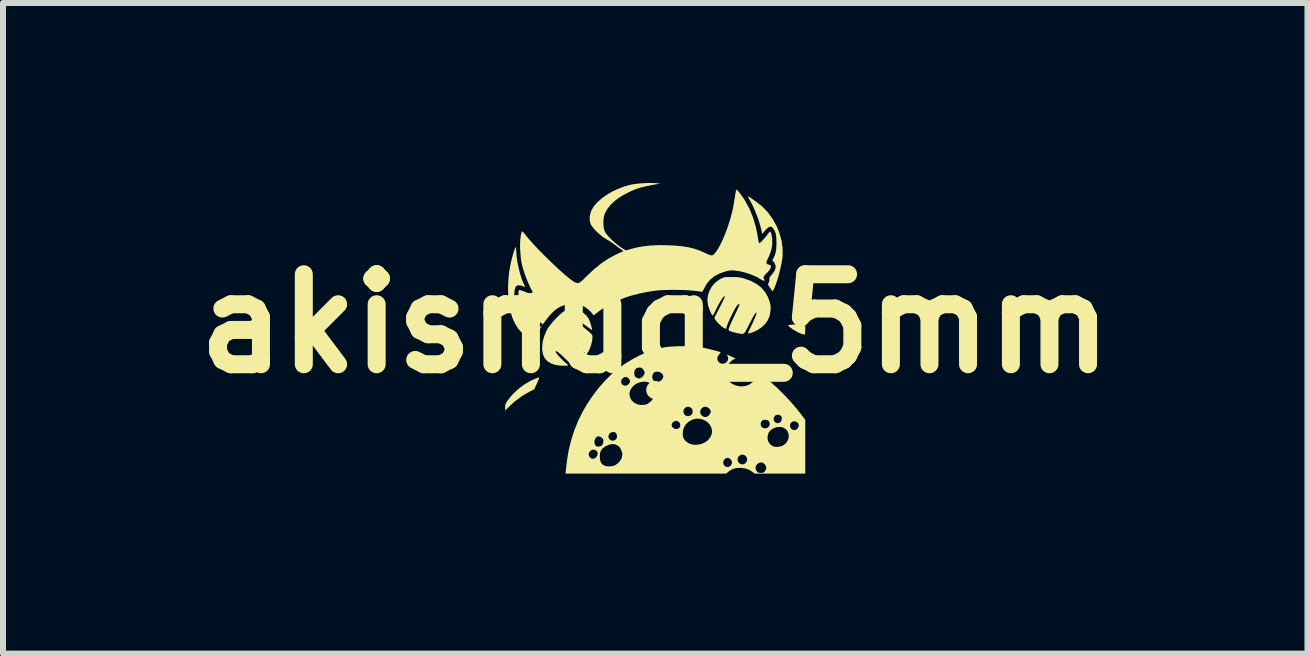
<source format=kicad_pcb>
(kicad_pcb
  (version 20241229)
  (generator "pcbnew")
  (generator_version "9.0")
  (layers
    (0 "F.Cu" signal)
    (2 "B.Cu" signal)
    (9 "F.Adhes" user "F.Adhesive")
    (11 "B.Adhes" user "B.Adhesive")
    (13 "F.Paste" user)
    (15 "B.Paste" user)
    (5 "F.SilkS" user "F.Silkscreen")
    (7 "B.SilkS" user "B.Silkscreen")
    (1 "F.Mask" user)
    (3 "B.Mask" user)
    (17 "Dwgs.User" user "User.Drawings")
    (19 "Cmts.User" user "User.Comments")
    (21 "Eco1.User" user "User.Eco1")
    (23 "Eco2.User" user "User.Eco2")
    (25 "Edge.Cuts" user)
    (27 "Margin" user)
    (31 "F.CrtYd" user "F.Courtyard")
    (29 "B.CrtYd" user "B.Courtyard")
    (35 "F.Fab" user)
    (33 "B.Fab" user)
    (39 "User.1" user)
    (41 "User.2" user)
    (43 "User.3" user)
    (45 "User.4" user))
  (footprint "akisnug_5mm"
    (layer "F.Cu")
    (at 7.871 2.343)
    (property "Reference" "akisnug_5mm" (at 0 0 0) (layer "F.SilkS") (effects (font (size 1.5 1.5) (thickness 0.3))))
    (attr board_only exclude_from_pos_files exclude_from_bom)
    (fp_poly (pts (xy -1.9 0.056) (xy -1.913 0.08) (xy -1.922 0.088) (xy -1.925 0.079) (xy -1.919 0.066) (xy -1.905 0.048) (xy -1.905 0.047) (xy -1.884 0.024)) (stroke (width 0) (type solid)) (fill yes) (layer "F.SilkS"))
    (fp_poly (pts (xy 2.501 0.096) (xy 2.5 0.135) (xy 2.498 0.165) (xy 2.495 0.182) (xy 2.494 0.185) (xy 2.481 0.182) (xy 2.455 0.175) (xy 2.434 0.17) (xy 2.4 0.157) (xy 2.356 0.134) (xy 2.308 0.105) (xy 2.294 0.096) (xy 2.256 0.069) (xy 2.232 0.051) (xy 2.22 0.04) (xy 2.218 0.033) (xy 2.225 0.028) (xy 2.229 0.026) (xy 2.247 0.022) (xy 2.28 0.019) (xy 2.324 0.015) (xy 2.373 0.012) (xy 2.376 0.012) (xy 2.501 0.007)) (stroke (width 0) (type solid)) (fill yes) (layer "F.SilkS"))
    (fp_poly (pts (xy -1.934 0.907) (xy -1.942 0.929) (xy -1.956 0.962) (xy -1.971 0.997) (xy -2.017 1.096) (xy -2.085 1.13) (xy -2.223 1.21) (xy -2.35 1.306) (xy -2.409 1.36) (xy -2.501 1.449) (xy -2.501 1.395) (xy -2.5 1.367) (xy -2.495 1.344) (xy -2.484 1.32) (xy -2.464 1.289) (xy -2.453 1.274) (xy -2.381 1.185) (xy -2.294 1.101) (xy -2.197 1.026) (xy -2.095 0.964) (xy -2.083 0.958) (xy -2.044 0.939) (xy -2.004 0.922) (xy -1.968 0.908) (xy -1.942 0.9) (xy -1.934 0.899)) (stroke (width 0) (type solid)) (fill yes) (layer "F.SilkS"))
    (fp_poly (pts (xy 1.557 -2.114) (xy 1.58 -2.102) (xy 1.611 -2.081) (xy 1.648 -2.055) (xy 1.689 -2.026) (xy 1.728 -1.996) (xy 1.765 -1.967) (xy 1.795 -1.941) (xy 1.796 -1.94) (xy 1.884 -1.846) (xy 1.96 -1.74) (xy 2.023 -1.626) (xy 2.072 -1.505) (xy 2.106 -1.381) (xy 2.123 -1.257) (xy 2.124 -1.135) (xy 2.121 -1.099) (xy 2.111 -1.034) (xy 2.096 -0.96) (xy 2.078 -0.881) (xy 2.057 -0.801) (xy 2.035 -0.725) (xy 2.012 -0.657) (xy 1.99 -0.601) (xy 1.975 -0.569) (xy 1.958 -0.536) (xy 1.924 -0.583) (xy 1.9 -0.616) (xy 1.886 -0.638) (xy 1.881 -0.652) (xy 1.882 -0.664) (xy 1.89 -0.677) (xy 1.891 -0.678) (xy 1.902 -0.707) (xy 1.904 -0.736) (xy 1.904 -0.757) (xy 1.912 -0.776) (xy 1.929 -0.8) (xy 1.947 -0.82) (xy 1.986 -0.873) (xy 2.005 -0.922) (xy 2.006 -0.969) (xy 1.988 -1.012) (xy 1.972 -1.032) (xy 1.952 -1.053) (xy 1.972 -1.091) (xy 1.995 -1.142) (xy 2.01 -1.194) (xy 2.018 -1.251) (xy 2.021 -1.318) (xy 2.021 -1.366) (xy 2.019 -1.42) (xy 2.016 -1.458) (xy 2.012 -1.487) (xy 2.005 -1.511) (xy 1.995 -1.535) (xy 1.991 -1.544) (xy 1.967 -1.586) (xy 1.943 -1.61) (xy 1.918 -1.616) (xy 1.889 -1.605) (xy 1.855 -1.576) (xy 1.825 -1.544) (xy 1.783 -1.495) (xy 1.767 -1.572) (xy 1.75 -1.637) (xy 1.727 -1.712) (xy 1.699 -1.79) (xy 1.668 -1.869) (xy 1.636 -1.943) (xy 1.604 -2.009) (xy 1.574 -2.063) (xy 1.561 -2.084) (xy 1.549 -2.104) (xy 1.546 -2.116) (xy 1.547 -2.117)) (stroke (width 0) (type solid)) (fill yes) (layer "F.SilkS"))
    (fp_poly (pts (xy -2.321 -1.264) (xy -2.318 -1.238) (xy -2.316 -1.205) (xy -2.316 -1.204) (xy -2.31 -1.116) (xy -2.295 -1.018) (xy -2.274 -0.917) (xy -2.248 -0.818) (xy -2.219 -0.728) (xy -2.197 -0.675) (xy -2.183 -0.644) (xy -2.173 -0.62) (xy -2.169 -0.61) (xy -2.169 -0.61) (xy -2.177 -0.611) (xy -2.197 -0.619) (xy -2.21 -0.624) (xy -2.25 -0.636) (xy -2.286 -0.637) (xy -2.314 -0.627) (xy -2.325 -0.615) (xy -2.333 -0.595) (xy -2.341 -0.565) (xy -2.345 -0.548) (xy -2.35 -0.481) (xy -2.336 -0.415) (xy -2.304 -0.351) (xy -2.254 -0.291) (xy -2.188 -0.235) (xy -2.18 -0.23) (xy -2.147 -0.207) (xy -2.127 -0.192) (xy -2.119 -0.181) (xy -2.12 -0.173) (xy -2.128 -0.163) (xy -2.129 -0.162) (xy -2.155 -0.122) (xy -2.164 -0.082) (xy -2.155 -0.043) (xy -2.129 -0.008) (xy -2.089 0.021) (xy -2.039 0.041) (xy -2.011 0.049) (xy -1.998 0.058) (xy -1.993 0.073) (xy -1.993 0.087) (xy -1.987 0.12) (xy -1.974 0.141) (xy -1.964 0.153) (xy -1.96 0.166) (xy -1.962 0.184) (xy -1.971 0.214) (xy -1.972 0.217) (xy -1.981 0.247) (xy -1.989 0.267) (xy -1.993 0.273) (xy -2.004 0.27) (xy -2.028 0.262) (xy -2.061 0.251) (xy -2.062 0.25) (xy -2.146 0.211) (xy -2.219 0.157) (xy -2.284 0.085) (xy -2.339 -0.003) (xy -2.385 -0.108) (xy -2.385 -0.109) (xy -2.414 -0.21) (xy -2.436 -0.325) (xy -2.448 -0.45) (xy -2.453 -0.583) (xy -2.448 -0.719) (xy -2.435 -0.854) (xy -2.412 -0.986) (xy -2.408 -1.006) (xy -2.397 -1.052) (xy -2.384 -1.102) (xy -2.37 -1.151) (xy -2.357 -1.196) (xy -2.344 -1.234) (xy -2.334 -1.261) (xy -2.327 -1.274) (xy -2.325 -1.275)) (stroke (width 0) (type solid)) (fill yes) (layer "F.SilkS"))
    (fp_poly (pts (xy -1.304 -0.224) (xy -1.258 -0.212) (xy -1.249 -0.209) (xy -1.193 -0.175) (xy -1.144 -0.13) (xy -1.109 -0.081) (xy -1.107 -0.076) (xy -1.095 -0.05) (xy -1.083 -0.015) (xy -1.071 0.022) (xy -1.061 0.057) (xy -1.054 0.086) (xy -1.052 0.104) (xy -1.053 0.107) (xy -1.063 0.102) (xy -1.085 0.087) (xy -1.117 0.064) (xy -1.154 0.037) (xy -1.158 0.034) (xy -1.196 0.006) (xy -1.229 -0.017) (xy -1.254 -0.033) (xy -1.268 -0.039) (xy -1.268 -0.039) (xy -1.279 -0.034) (xy -1.275 -0.019) (xy -1.257 0.005) (xy -1.225 0.035) (xy -1.211 0.047) (xy -1.158 0.092) (xy -1.117 0.126) (xy -1.087 0.152) (xy -1.067 0.171) (xy -1.055 0.185) (xy -1.048 0.196) (xy -1.046 0.207) (xy -1.045 0.218) (xy -1.046 0.228) (xy -1.051 0.288) (xy -1.068 0.356) (xy -1.092 0.424) (xy -1.121 0.479) (xy -1.162 0.536) (xy -1.212 0.588) (xy -1.264 0.632) (xy -1.31 0.659) (xy -1.352 0.676) (xy -1.384 0.683) (xy -1.404 0.681) (xy -1.408 0.676) (xy -1.416 0.666) (xy -1.436 0.646) (xy -1.465 0.618) (xy -1.5 0.584) (xy -1.521 0.563) (xy -1.571 0.517) (xy -1.609 0.485) (xy -1.636 0.466) (xy -1.652 0.459) (xy -1.66 0.465) (xy -1.661 0.471) (xy -1.654 0.485) (xy -1.636 0.508) (xy -1.611 0.538) (xy -1.58 0.571) (xy -1.548 0.604) (xy -1.518 0.634) (xy -1.492 0.656) (xy -1.489 0.659) (xy -1.467 0.677) (xy -1.454 0.692) (xy -1.453 0.697) (xy -1.467 0.701) (xy -1.495 0.703) (xy -1.533 0.703) (xy -1.576 0.701) (xy -1.617 0.697) (xy -1.653 0.691) (xy -1.67 0.688) (xy -1.744 0.661) (xy -1.802 0.623) (xy -1.844 0.574) (xy -1.871 0.512) (xy -1.884 0.438) (xy -1.885 0.4) (xy -1.876 0.306) (xy -1.857 0.234) (xy -1.46 0.234) (xy -1.459 0.244) (xy -1.446 0.264) (xy -1.444 0.266) (xy -1.43 0.283) (xy -1.405 0.311) (xy -1.372 0.347) (xy -1.333 0.387) (xy -1.301 0.42) (xy -1.257 0.464) (xy -1.225 0.495) (xy -1.203 0.515) (xy -1.188 0.526) (xy -1.179 0.529) (xy -1.174 0.525) (xy -1.173 0.523) (xy -1.17 0.5) (xy -1.173 0.488) (xy -1.182 0.477) (xy -1.203 0.455) (xy -1.233 0.423) (xy -1.27 0.386) (xy -1.308 0.348) (xy -1.357 0.299) (xy -1.395 0.264) (xy -1.422 0.242) (xy -1.44 0.23) (xy -1.451 0.228) (xy -1.46 0.234) (xy -1.857 0.234) (xy -1.85 0.209) (xy -1.808 0.112) (xy -1.797 0.092) (xy -1.771 0.052) (xy -1.735 0.006) (xy -1.693 -0.043) (xy -1.648 -0.092) (xy -1.602 -0.137) (xy -1.56 -0.175) (xy -1.524 -0.202) (xy -1.509 -0.21) (xy -1.468 -0.223) (xy -1.416 -0.23) (xy -1.359 -0.23)) (stroke (width 0) (type solid)) (fill yes) (layer "F.SilkS"))
    (fp_poly (pts (xy 1.332 -0.775) (xy 1.375 -0.773) (xy 1.411 -0.768) (xy 1.446 -0.761) (xy 1.486 -0.75) (xy 1.489 -0.749) (xy 1.598 -0.709) (xy 1.689 -0.66) (xy 1.765 -0.602) (xy 1.826 -0.533) (xy 1.874 -0.453) (xy 1.901 -0.385) (xy 1.914 -0.34) (xy 1.922 -0.304) (xy 1.924 -0.265) (xy 1.923 -0.225) (xy 1.91 -0.138) (xy 1.88 -0.06) (xy 1.833 0.008) (xy 1.769 0.067) (xy 1.7 0.111) (xy 1.658 0.131) (xy 1.618 0.148) (xy 1.583 0.16) (xy 1.558 0.166) (xy 1.548 0.164) (xy 1.549 0.153) (xy 1.558 0.13) (xy 1.573 0.097) (xy 1.581 0.082) (xy 1.61 0.022) (xy 1.636 -0.035) (xy 1.659 -0.087) (xy 1.676 -0.129) (xy 1.685 -0.158) (xy 1.686 -0.159) (xy 1.689 -0.177) (xy 1.683 -0.182) (xy 1.676 -0.18) (xy 1.667 -0.169) (xy 1.651 -0.144) (xy 1.629 -0.107) (xy 1.604 -0.06) (xy 1.577 -0.007) (xy 1.572 0.001) (xy 1.542 0.062) (xy 1.519 0.107) (xy 1.501 0.139) (xy 1.484 0.159) (xy 1.468 0.17) (xy 1.449 0.173) (xy 1.425 0.171) (xy 1.394 0.165) (xy 1.373 0.161) (xy 1.33 0.151) (xy 1.289 0.14) (xy 1.262 0.131) (xy 1.236 0.12) (xy 1.225 0.11) (xy 1.223 0.095) (xy 1.225 0.087) (xy 1.231 0.07) (xy 1.244 0.038) (xy 1.262 -0.004) (xy 1.286 -0.056) (xy 1.312 -0.112) (xy 1.319 -0.125) (xy 1.345 -0.181) (xy 1.368 -0.23) (xy 1.387 -0.27) (xy 1.4 -0.3) (xy 1.406 -0.315) (xy 1.407 -0.316) (xy 1.399 -0.321) (xy 1.389 -0.322) (xy 1.377 -0.316) (xy 1.36 -0.295) (xy 1.337 -0.259) (xy 1.316 -0.222) (xy 1.289 -0.17) (xy 1.262 -0.115) (xy 1.237 -0.062) (xy 1.216 -0.014) (xy 1.2 0.028) (xy 1.189 0.059) (xy 1.186 0.076) (xy 1.187 0.078) (xy 1.187 0.087) (xy 1.175 0.086) (xy 1.152 0.078) (xy 1.134 0.067) (xy 1.107 0.048) (xy 1.076 0.02) (xy 1.044 -0.012) (xy 1.017 -0.043) (xy 0.998 -0.069) (xy 0.99 -0.084) (xy 0.99 -0.107) (xy 0.996 -0.119) (xy 1.004 -0.132) (xy 1.019 -0.159) (xy 1.038 -0.195) (xy 1.06 -0.239) (xy 1.084 -0.286) (xy 1.107 -0.333) (xy 1.129 -0.376) (xy 1.146 -0.412) (xy 1.158 -0.438) (xy 1.163 -0.45) (xy 1.163 -0.451) (xy 1.156 -0.454) (xy 1.144 -0.45) (xy 1.13 -0.436) (xy 1.11 -0.408) (xy 1.086 -0.369) (xy 1.059 -0.323) (xy 1.032 -0.271) (xy 1.006 -0.219) (xy 0.996 -0.198) (xy 0.98 -0.166) (xy 0.966 -0.143) (xy 0.956 -0.133) (xy 0.955 -0.133) (xy 0.944 -0.147) (xy 0.93 -0.174) (xy 0.914 -0.21) (xy 0.899 -0.249) (xy 0.886 -0.288) (xy 0.879 -0.311) (xy 0.87 -0.39) (xy 0.879 -0.469) (xy 0.905 -0.546) (xy 0.945 -0.617) (xy 0.999 -0.68) (xy 1.065 -0.731) (xy 1.087 -0.743) (xy 1.112 -0.756) (xy 1.133 -0.765) (xy 1.155 -0.771) (xy 1.181 -0.774) (xy 1.217 -0.775) (xy 1.267 -0.775) (xy 1.275 -0.775)) (stroke (width 0) (type solid)) (fill yes) (layer "F.SilkS"))
    (fp_poly (pts (xy -0.023 -2.342) (xy 0.015 -2.34) (xy 0.083 -2.332) (xy -0.049 -2.31) (xy -0.15 -2.29) (xy -0.24 -2.268) (xy -0.323 -2.24) (xy -0.408 -2.205) (xy -0.464 -2.178) (xy -0.572 -2.118) (xy -0.665 -2.052) (xy -0.742 -1.981) (xy -0.801 -1.905) (xy -0.842 -1.827) (xy -0.857 -1.772) (xy -0.864 -1.707) (xy -0.863 -1.64) (xy -0.854 -1.579) (xy -0.841 -1.536) (xy -0.82 -1.501) (xy -0.785 -1.458) (xy -0.74 -1.411) (xy -0.689 -1.363) (xy -0.634 -1.316) (xy -0.579 -1.275) (xy -0.531 -1.244) (xy -0.488 -1.219) (xy -0.398 -1.245) (xy -0.293 -1.271) (xy -0.186 -1.289) (xy -0.073 -1.301) (xy 0.05 -1.307) (xy 0.181 -1.306) (xy 0.321 -1.3) (xy 0.445 -1.289) (xy 0.556 -1.271) (xy 0.657 -1.246) (xy 0.75 -1.213) (xy 0.835 -1.175) (xy 0.871 -1.158) (xy 0.905 -1.145) (xy 0.926 -1.138) (xy 0.947 -1.136) (xy 0.963 -1.141) (xy 0.982 -1.158) (xy 0.992 -1.169) (xy 1.027 -1.214) (xy 1.064 -1.275) (xy 1.102 -1.349) (xy 1.141 -1.434) (xy 1.178 -1.526) (xy 1.213 -1.624) (xy 1.245 -1.722) (xy 1.272 -1.82) (xy 1.285 -1.873) (xy 1.298 -1.933) (xy 1.311 -2.003) (xy 1.322 -2.071) (xy 1.328 -2.108) (xy 1.335 -2.154) (xy 1.342 -2.193) (xy 1.347 -2.221) (xy 1.351 -2.233) (xy 1.351 -2.233) (xy 1.36 -2.23) (xy 1.378 -2.213) (xy 1.402 -2.185) (xy 1.43 -2.148) (xy 1.46 -2.106) (xy 1.489 -2.061) (xy 1.504 -2.037) (xy 1.574 -1.906) (xy 1.632 -1.763) (xy 1.677 -1.613) (xy 1.707 -1.462) (xy 1.712 -1.43) (xy 1.719 -1.385) (xy 1.726 -1.354) (xy 1.733 -1.339) (xy 1.735 -1.338) (xy 1.748 -1.346) (xy 1.77 -1.365) (xy 1.797 -1.394) (xy 1.828 -1.429) (xy 1.858 -1.467) (xy 1.869 -1.482) (xy 1.89 -1.509) (xy 1.906 -1.527) (xy 1.915 -1.534) (xy 1.924 -1.525) (xy 1.934 -1.5) (xy 1.943 -1.463) (xy 1.949 -1.417) (xy 1.95 -1.407) (xy 1.951 -1.313) (xy 1.934 -1.222) (xy 1.9 -1.129) (xy 1.889 -1.106) (xy 1.867 -1.06) (xy 1.855 -1.028) (xy 1.854 -1.007) (xy 1.863 -0.994) (xy 1.882 -0.985) (xy 1.895 -0.982) (xy 1.917 -0.973) (xy 1.929 -0.961) (xy 1.928 -0.937) (xy 1.914 -0.906) (xy 1.889 -0.872) (xy 1.856 -0.839) (xy 1.855 -0.838) (xy 1.822 -0.804) (xy 1.807 -0.773) (xy 1.81 -0.746) (xy 1.819 -0.735) (xy 1.825 -0.72) (xy 1.821 -0.714) (xy 1.808 -0.713) (xy 1.782 -0.725) (xy 1.763 -0.736) (xy 1.684 -0.781) (xy 1.591 -0.82) (xy 1.492 -0.852) (xy 1.393 -0.875) (xy 1.326 -0.884) (xy 1.28 -0.887) (xy 1.241 -0.884) (xy 1.198 -0.875) (xy 1.176 -0.87) (xy 1.074 -0.835) (xy 0.988 -0.789) (xy 0.916 -0.731) (xy 0.858 -0.662) (xy 0.826 -0.605) (xy 0.809 -0.572) (xy 0.795 -0.546) (xy 0.788 -0.531) (xy 0.787 -0.53) (xy 0.777 -0.53) (xy 0.752 -0.533) (xy 0.715 -0.538) (xy 0.67 -0.544) (xy 0.668 -0.544) (xy 0.606 -0.551) (xy 0.53 -0.556) (xy 0.443 -0.559) (xy 0.351 -0.561) (xy 0.258 -0.561) (xy 0.169 -0.559) (xy 0.089 -0.556) (xy 0.022 -0.55) (xy 0.01 -0.549) (xy -0.128 -0.528) (xy -0.265 -0.5) (xy -0.393 -0.467) (xy -0.452 -0.449) (xy -0.544 -0.416) (xy -0.64 -0.374) (xy -0.736 -0.327) (xy -0.826 -0.278) (xy -0.905 -0.228) (xy -0.937 -0.205) (xy -1.028 -0.136) (xy -1.043 -0.158) (xy -1.077 -0.199) (xy -1.121 -0.239) (xy -1.168 -0.273) (xy -1.199 -0.29) (xy -1.285 -0.32) (xy -1.375 -0.33) (xy -1.465 -0.321) (xy -1.554 -0.294) (xy -1.575 -0.284) (xy -1.635 -0.25) (xy -1.692 -0.205) (xy -1.749 -0.147) (xy -1.793 -0.093) (xy -1.82 -0.058) (xy -1.844 -0.027) (xy -1.861 -0.004) (xy -1.867 0.003) (xy -1.878 0.016) (xy -1.884 0.015) (xy -1.887 0.003) (xy -1.894 -0.008) (xy -1.907 -0.015) (xy -1.934 -0.02) (xy -1.955 -0.022) (xy -2.008 -0.03) (xy -2.05 -0.044) (xy -2.077 -0.062) (xy -2.085 -0.074) (xy -2.083 -0.092) (xy -2.07 -0.113) (xy -2.052 -0.131) (xy -2.036 -0.137) (xy -2.021 -0.142) (xy -2.002 -0.155) (xy -1.99 -0.167) (xy -1.987 -0.18) (xy -1.996 -0.195) (xy -2.018 -0.214) (xy -2.054 -0.239) (xy -2.086 -0.259) (xy -2.16 -0.309) (xy -2.215 -0.354) (xy -2.252 -0.396) (xy -2.264 -0.415) (xy -2.272 -0.44) (xy -2.277 -0.473) (xy -2.279 -0.508) (xy -2.277 -0.538) (xy -2.271 -0.556) (xy -2.27 -0.557) (xy -2.258 -0.557) (xy -2.231 -0.551) (xy -2.195 -0.538) (xy -2.186 -0.534) (xy -2.132 -0.514) (xy -2.092 -0.506) (xy -2.076 -0.506) (xy -2.05 -0.513) (xy -2.043 -0.526) (xy -2.052 -0.548) (xy -2.056 -0.553) (xy -2.069 -0.577) (xy -2.088 -0.614) (xy -2.109 -0.662) (xy -2.132 -0.715) (xy -2.154 -0.77) (xy -2.173 -0.821) (xy -2.187 -0.863) (xy -2.206 -0.924) (xy -2.22 -0.979) (xy -2.231 -1.032) (xy -2.239 -1.089) (xy -2.245 -1.155) (xy -2.251 -1.234) (xy -2.252 -1.255) (xy -2.253 -1.309) (xy -2.251 -1.364) (xy -2.247 -1.419) (xy -2.24 -1.467) (xy -2.232 -1.506) (xy -2.223 -1.531) (xy -2.22 -1.536) (xy -2.21 -1.532) (xy -2.192 -1.515) (xy -2.167 -1.486) (xy -2.157 -1.472) (xy -2.116 -1.421) (xy -2.064 -1.362) (xy -2.005 -1.296) (xy -1.938 -1.226) (xy -1.867 -1.154) (xy -1.793 -1.081) (xy -1.718 -1.008) (xy -1.645 -0.939) (xy -1.574 -0.874) (xy -1.507 -0.816) (xy -1.448 -0.766) (xy -1.397 -0.726) (xy -1.356 -0.698) (xy -1.341 -0.69) (xy -1.316 -0.679) (xy -1.295 -0.674) (xy -1.274 -0.677) (xy -1.25 -0.69) (xy -1.221 -0.713) (xy -1.184 -0.748) (xy -1.153 -0.78) (xy -1.028 -0.898) (xy -0.902 -1.001) (xy -0.775 -1.086) (xy -0.649 -1.153) (xy -0.626 -1.164) (xy -0.587 -1.181) (xy -0.556 -1.194) (xy -0.535 -1.204) (xy -0.53 -1.206) (xy -0.536 -1.212) (xy -0.553 -1.226) (xy -0.569 -1.236) (xy -0.597 -1.256) (xy -0.634 -1.283) (xy -0.67 -1.311) (xy -0.674 -1.314) (xy -0.715 -1.344) (xy -0.763 -1.376) (xy -0.81 -1.404) (xy -0.816 -1.407) (xy -0.868 -1.441) (xy -0.922 -1.483) (xy -0.974 -1.53) (xy -1.019 -1.578) (xy -1.055 -1.623) (xy -1.074 -1.655) (xy -1.091 -1.715) (xy -1.092 -1.781) (xy -1.077 -1.85) (xy -1.062 -1.889) (xy -1.023 -1.954) (xy -0.966 -2.02) (xy -0.896 -2.083) (xy -0.813 -2.142) (xy -0.721 -2.197) (xy -0.623 -2.244) (xy -0.521 -2.283) (xy -0.417 -2.312) (xy -0.372 -2.321) (xy -0.308 -2.33) (xy -0.235 -2.337) (xy -0.159 -2.342) (xy -0.087 -2.343)) (stroke (width 0) (type solid)) (fill yes) (layer "F.SilkS"))
    (fp_poly (pts (xy 0.591 0.378) (xy 0.659 0.381) (xy 0.715 0.386) (xy 0.733 0.389) (xy 0.77 0.396) (xy 0.816 0.406) (xy 0.867 0.418) (xy 0.921 0.43) (xy 0.972 0.443) (xy 1.018 0.456) (xy 1.056 0.466) (xy 1.08 0.474) (xy 1.087 0.478) (xy 1.086 0.489) (xy 1.073 0.507) (xy 1.065 0.516) (xy 1.041 0.551) (xy 1.034 0.589) (xy 1.045 0.624) (xy 1.066 0.649) (xy 1.091 0.665) (xy 1.116 0.674) (xy 1.12 0.674) (xy 1.157 0.666) (xy 1.188 0.646) (xy 1.209 0.617) (xy 1.217 0.584) (xy 1.211 0.551) (xy 1.207 0.544) (xy 1.196 0.526) (xy 1.194 0.518) (xy 1.194 0.518) (xy 1.205 0.522) (xy 1.229 0.532) (xy 1.261 0.546) (xy 1.27 0.55) (xy 1.341 0.583) (xy 1.311 0.595) (xy 1.28 0.614) (xy 1.247 0.645) (xy 1.218 0.68) (xy 1.198 0.715) (xy 1.197 0.717) (xy 1.18 0.778) (xy 1.178 0.839) (xy 1.19 0.897) (xy 1.215 0.947) (xy 1.231 0.966) (xy 1.283 1.005) (xy 1.345 1.034) (xy 1.41 1.047) (xy 1.426 1.048) (xy 1.503 1.041) (xy 1.569 1.017) (xy 1.623 0.978) (xy 1.666 0.923) (xy 1.69 0.871) (xy 1.702 0.84) (xy 1.713 0.819) (xy 1.719 0.811) (xy 1.731 0.817) (xy 1.755 0.834) (xy 1.789 0.861) (xy 1.83 0.894) (xy 1.876 0.933) (xy 1.924 0.974) (xy 1.971 1.017) (xy 2.017 1.058) (xy 2.057 1.096) (xy 2.06 1.099) (xy 2.171 1.21) (xy 2.27 1.316) (xy 2.359 1.421) (xy 2.422 1.5) (xy 2.501 1.605) (xy 2.501 2.053) (xy 2.501 2.501) (xy 2.08 2.501) (xy 1.659 2.501) (xy 1.628 2.478) (xy 1.568 2.439) (xy 1.508 2.416) (xy 1.506 2.416) (xy 1.672 2.416) (xy 1.684 2.452) (xy 1.709 2.479) (xy 1.733 2.488) (xy 1.766 2.49) (xy 1.798 2.485) (xy 1.809 2.481) (xy 1.826 2.465) (xy 1.841 2.44) (xy 1.842 2.437) (xy 1.851 2.411) (xy 1.849 2.389) (xy 1.842 2.37) (xy 1.819 2.336) (xy 1.788 2.318) (xy 1.752 2.315) (xy 1.716 2.33) (xy 1.699 2.344) (xy 1.677 2.378) (xy 1.672 2.416) (xy 1.506 2.416) (xy 1.441 2.406) (xy 1.435 2.405) (xy 1.36 2.407) (xy 1.297 2.423) (xy 1.241 2.453) (xy 1.223 2.467) (xy 1.184 2.501) (xy -0.156 2.501) (xy -1.495 2.501) (xy -1.49 2.455) (xy -1.479 2.353) (xy -1.468 2.268) (xy -1.456 2.193) (xy -1.456 2.19) (xy -1.109 2.19) (xy -1.098 2.22) (xy -1.076 2.242) (xy -1.047 2.254) (xy -1.015 2.251) (xy -1.007 2.247) (xy -0.983 2.226) (xy -0.977 2.217) (xy -0.923 2.217) (xy -0.919 2.273) (xy -0.906 2.315) (xy -0.882 2.346) (xy -0.848 2.368) (xy -0.813 2.378) (xy -0.768 2.381) (xy -0.721 2.377) (xy -0.679 2.366) (xy -0.667 2.361) (xy -0.618 2.326) (xy -0.609 2.315) (xy 1.133 2.315) (xy 1.141 2.351) (xy 1.161 2.377) (xy 1.19 2.391) (xy 1.222 2.39) (xy 1.253 2.373) (xy 1.256 2.369) (xy 1.276 2.338) (xy 1.28 2.315) (xy 1.272 2.284) (xy 1.27 2.283) (xy 1.374 2.283) (xy 1.387 2.314) (xy 1.415 2.338) (xy 1.421 2.34) (xy 1.456 2.349) (xy 1.487 2.34) (xy 1.512 2.319) (xy 1.53 2.287) (xy 1.532 2.255) (xy 1.521 2.224) (xy 1.5 2.2) (xy 1.472 2.186) (xy 1.439 2.185) (xy 1.418 2.193) (xy 1.389 2.217) (xy 1.374 2.248) (xy 1.374 2.283) (xy 1.27 2.283) (xy 1.252 2.257) (xy 1.225 2.24) (xy 1.208 2.237) (xy 1.174 2.246) (xy 1.148 2.269) (xy 1.134 2.303) (xy 1.133 2.315) (xy -0.609 2.315) (xy -0.58 2.282) (xy -0.555 2.23) (xy -0.547 2.18) (xy -0.554 2.14) (xy -0.571 2.097) (xy -0.595 2.06) (xy -0.613 2.042) (xy -0.661 2.016) (xy -0.714 2.008) (xy -0.771 2.019) (xy -0.833 2.049) (xy -0.834 2.049) (xy -0.877 2.081) (xy -0.904 2.115) (xy -0.919 2.157) (xy -0.923 2.212) (xy -0.923 2.217) (xy -0.977 2.217) (xy -0.965 2.197) (xy -0.958 2.165) (xy -0.959 2.148) (xy -0.977 2.123) (xy -1.006 2.106) (xy -1.034 2.1) (xy -1.061 2.109) (xy -1.087 2.129) (xy -1.105 2.156) (xy -1.105 2.157) (xy -1.109 2.19) (xy -1.456 2.19) (xy -1.444 2.125) (xy -1.43 2.06) (xy -1.413 1.993) (xy -1.405 1.964) (xy -1.014 1.964) (xy -1.011 2) (xy -0.997 2.031) (xy -0.983 2.044) (xy -0.958 2.051) (xy -0.926 2.049) (xy -0.898 2.039) (xy -0.89 2.033) (xy -0.872 2.005) (xy -0.863 1.97) (xy -0.865 1.937) (xy -0.869 1.926) (xy -0.888 1.904) (xy -0.91 1.891) (xy -0.78 1.891) (xy -0.77 1.918) (xy -0.75 1.939) (xy -0.723 1.952) (xy -0.693 1.952) (xy -0.663 1.937) (xy -0.658 1.933) (xy -0.639 1.903) (xy -0.636 1.867) (xy -0.64 1.854) (xy 0.459 1.854) (xy 0.467 1.899) (xy 0.473 1.913) (xy 0.507 1.959) (xy 0.555 1.994) (xy 0.613 2.015) (xy 0.677 2.022) (xy 0.746 2.013) (xy 0.769 2.008) (xy 0.83 1.981) (xy 0.881 1.943) (xy 0.9 1.918) (xy 1.872 1.918) (xy 1.885 1.967) (xy 1.913 2.009) (xy 1.951 2.04) (xy 1.976 2.051) (xy 2.021 2.057) (xy 2.071 2.052) (xy 2.118 2.039) (xy 2.129 2.034) (xy 2.174 2) (xy 2.207 1.956) (xy 2.224 1.906) (xy 2.226 1.853) (xy 2.209 1.801) (xy 2.209 1.8) (xy 2.179 1.761) (xy 2.137 1.735) (xy 2.088 1.723) (xy 2.033 1.725) (xy 1.978 1.743) (xy 1.958 1.754) (xy 1.917 1.784) (xy 1.891 1.819) (xy 1.875 1.866) (xy 1.875 1.866) (xy 1.872 1.918) (xy 0.9 1.918) (xy 0.919 1.895) (xy 0.942 1.841) (xy 0.948 1.796) (xy 0.938 1.74) (xy 0.913 1.69) (xy 0.89 1.664) (xy 1.758 1.664) (xy 1.76 1.698) (xy 1.775 1.725) (xy 1.802 1.742) (xy 1.836 1.747) (xy 1.87 1.738) (xy 1.895 1.717) (xy 1.906 1.691) (xy 2.247 1.691) (xy 2.249 1.724) (xy 2.268 1.755) (xy 2.268 1.755) (xy 2.298 1.774) (xy 2.331 1.776) (xy 2.363 1.76) (xy 2.369 1.754) (xy 2.39 1.722) (xy 2.393 1.689) (xy 2.381 1.659) (xy 2.353 1.637) (xy 2.344 1.633) (xy 2.309 1.629) (xy 2.279 1.64) (xy 2.257 1.662) (xy 2.247 1.691) (xy 1.906 1.691) (xy 1.908 1.688) (xy 1.908 1.656) (xy 1.895 1.628) (xy 1.877 1.613) (xy 1.846 1.604) (xy 1.812 1.605) (xy 1.784 1.617) (xy 1.773 1.628) (xy 1.758 1.664) (xy 0.89 1.664) (xy 0.874 1.646) (xy 0.824 1.613) (xy 0.767 1.591) (xy 0.754 1.59) (xy 1.974 1.59) (xy 1.98 1.619) (xy 1.997 1.644) (xy 2.024 1.659) (xy 2.042 1.661) (xy 2.07 1.654) (xy 2.091 1.641) (xy 2.104 1.617) (xy 2.11 1.586) (xy 2.107 1.556) (xy 2.103 1.547) (xy 2.08 1.529) (xy 2.05 1.519) (xy 2.027 1.52) (xy 1.997 1.535) (xy 1.98 1.56) (xy 1.974 1.59) (xy 0.754 1.59) (xy 0.706 1.584) (xy 0.672 1.587) (xy 0.616 1.603) (xy 0.561 1.634) (xy 0.515 1.675) (xy 0.494 1.704) (xy 0.473 1.75) (xy 0.461 1.802) (xy 0.459 1.854) (xy -0.64 1.854) (xy -0.648 1.833) (xy -0.65 1.829) (xy -0.673 1.811) (xy -0.704 1.807) (xy -0.737 1.816) (xy -0.758 1.831) (xy -0.777 1.861) (xy -0.78 1.891) (xy -0.91 1.891) (xy -0.915 1.888) (xy -0.943 1.88) (xy -0.958 1.881) (xy -0.986 1.899) (xy -1.005 1.929) (xy -1.014 1.964) (xy -1.405 1.964) (xy -1.396 1.929) (xy -1.344 1.767) (xy -1.312 1.69) (xy 0.274 1.69) (xy 0.282 1.721) (xy 0.304 1.744) (xy 0.333 1.757) (xy 0.366 1.757) (xy 0.395 1.744) (xy 0.401 1.739) (xy 0.417 1.711) (xy 0.417 1.68) (xy 0.405 1.652) (xy 0.382 1.63) (xy 0.35 1.622) (xy 0.348 1.622) (xy 0.316 1.63) (xy 0.29 1.65) (xy 0.275 1.678) (xy 0.274 1.69) (xy -1.312 1.69) (xy -1.282 1.615) (xy -1.215 1.482) (xy 0.471 1.482) (xy 0.484 1.512) (xy 0.508 1.534) (xy 0.543 1.544) (xy 0.545 1.544) (xy 0.583 1.535) (xy 0.603 1.522) (xy 0.621 1.493) (xy 0.623 1.48) (xy 0.749 1.48) (xy 0.76 1.514) (xy 0.778 1.535) (xy 0.814 1.556) (xy 0.849 1.558) (xy 0.884 1.54) (xy 0.901 1.523) (xy 0.923 1.49) (xy 0.926 1.458) (xy 0.909 1.426) (xy 0.9 1.416) (xy 0.865 1.392) (xy 0.828 1.386) (xy 0.794 1.397) (xy 0.766 1.423) (xy 0.756 1.441) (xy 0.749 1.48) (xy 0.623 1.48) (xy 0.625 1.457) (xy 0.614 1.423) (xy 0.604 1.41) (xy 0.574 1.391) (xy 0.54 1.387) (xy 0.507 1.397) (xy 0.489 1.413) (xy 0.472 1.447) (xy 0.471 1.482) (xy -1.215 1.482) (xy -1.207 1.465) (xy -1.134 1.34) (xy -1.04 1.2) (xy -1.023 1.178) (xy -0.43 1.178) (xy -0.42 1.232) (xy -0.394 1.279) (xy -0.353 1.318) (xy -0.298 1.346) (xy -0.298 1.346) (xy -0.252 1.356) (xy -0.202 1.356) (xy -0.154 1.349) (xy -0.129 1.339) (xy -0.079 1.304) (xy -0.039 1.258) (xy -0.012 1.205) (xy -0.000203 1.149) (xy 0 1.141) (xy -0.006 1.105) (xy -0.021 1.064) (xy -0.041 1.029) (xy -0.047 1.023) (xy -0.089 0.99) (xy -0.138 0.972) (xy -0.192 0.968) (xy -0.247 0.976) (xy -0.3 0.996) (xy -0.348 1.025) (xy -0.387 1.064) (xy -0.415 1.11) (xy -0.429 1.162) (xy -0.43 1.178) (xy -1.023 1.178) (xy -0.938 1.067) (xy -0.847 0.965) (xy -0.569 0.965) (xy -0.562 0.999) (xy -0.542 1.023) (xy -0.513 1.035) (xy -0.481 1.034) (xy -0.45 1.017) (xy -0.444 1.012) (xy -0.427 0.988) (xy -0.42 0.963) (xy -0.42 0.962) (xy -0.428 0.934) (xy -0.449 0.909) (xy -0.476 0.892) (xy -0.492 0.889) (xy -0.524 0.898) (xy -0.551 0.92) (xy -0.567 0.951) (xy -0.569 0.965) (xy -0.847 0.965) (xy -0.829 0.945) (xy -0.717 0.834) (xy -0.692 0.814) (xy -0.349 0.814) (xy -0.347 0.857) (xy -0.331 0.888) (xy -0.298 0.909) (xy -0.298 0.909) (xy -0.277 0.916) (xy -0.26 0.915) (xy -0.237 0.905) (xy -0.235 0.904) (xy -0.208 0.883) (xy -0.05 0.883) (xy -0.046 0.919) (xy -0.028 0.949) (xy -0.011 0.962) (xy 0.029 0.976) (xy 0.065 0.971) (xy 0.1 0.947) (xy 0.104 0.944) (xy 0.129 0.91) (xy 0.136 0.878) (xy 0.123 0.846) (xy 0.114 0.835) (xy 0.087 0.815) (xy 0.052 0.803) (xy 0.016 0.802) (xy -0.014 0.812) (xy -0.02 0.816) (xy -0.042 0.847) (xy -0.05 0.883) (xy -0.208 0.883) (xy -0.204 0.879) (xy -0.182 0.846) (xy -0.176 0.817) (xy -0.182 0.794) (xy -0.197 0.768) (xy -0.201 0.763) (xy -0.224 0.741) (xy -0.25 0.733) (xy -0.264 0.733) (xy -0.304 0.739) (xy -0.331 0.76) (xy -0.346 0.796) (xy -0.349 0.814) (xy -0.692 0.814) (xy -0.603 0.739) (xy -0.513 0.676) (xy -0.386 0.598) (xy -0.267 0.534) (xy -0.151 0.483) (xy -0.036 0.442) (xy 0.084 0.411) (xy 0.166 0.394) (xy 0.216 0.388) (xy 0.28 0.383) (xy 0.354 0.379) (xy 0.434 0.377) (xy 0.514 0.377)) (stroke (width 0) (type solid)) (fill yes) (layer "F.SilkS")))
  (gr_rect
    (start -3 -3)
    (end 18.743 7.844)
    (stroke (width 0.1) (type default))
    (fill no)
    (layer "Edge.Cuts")))
</source>
